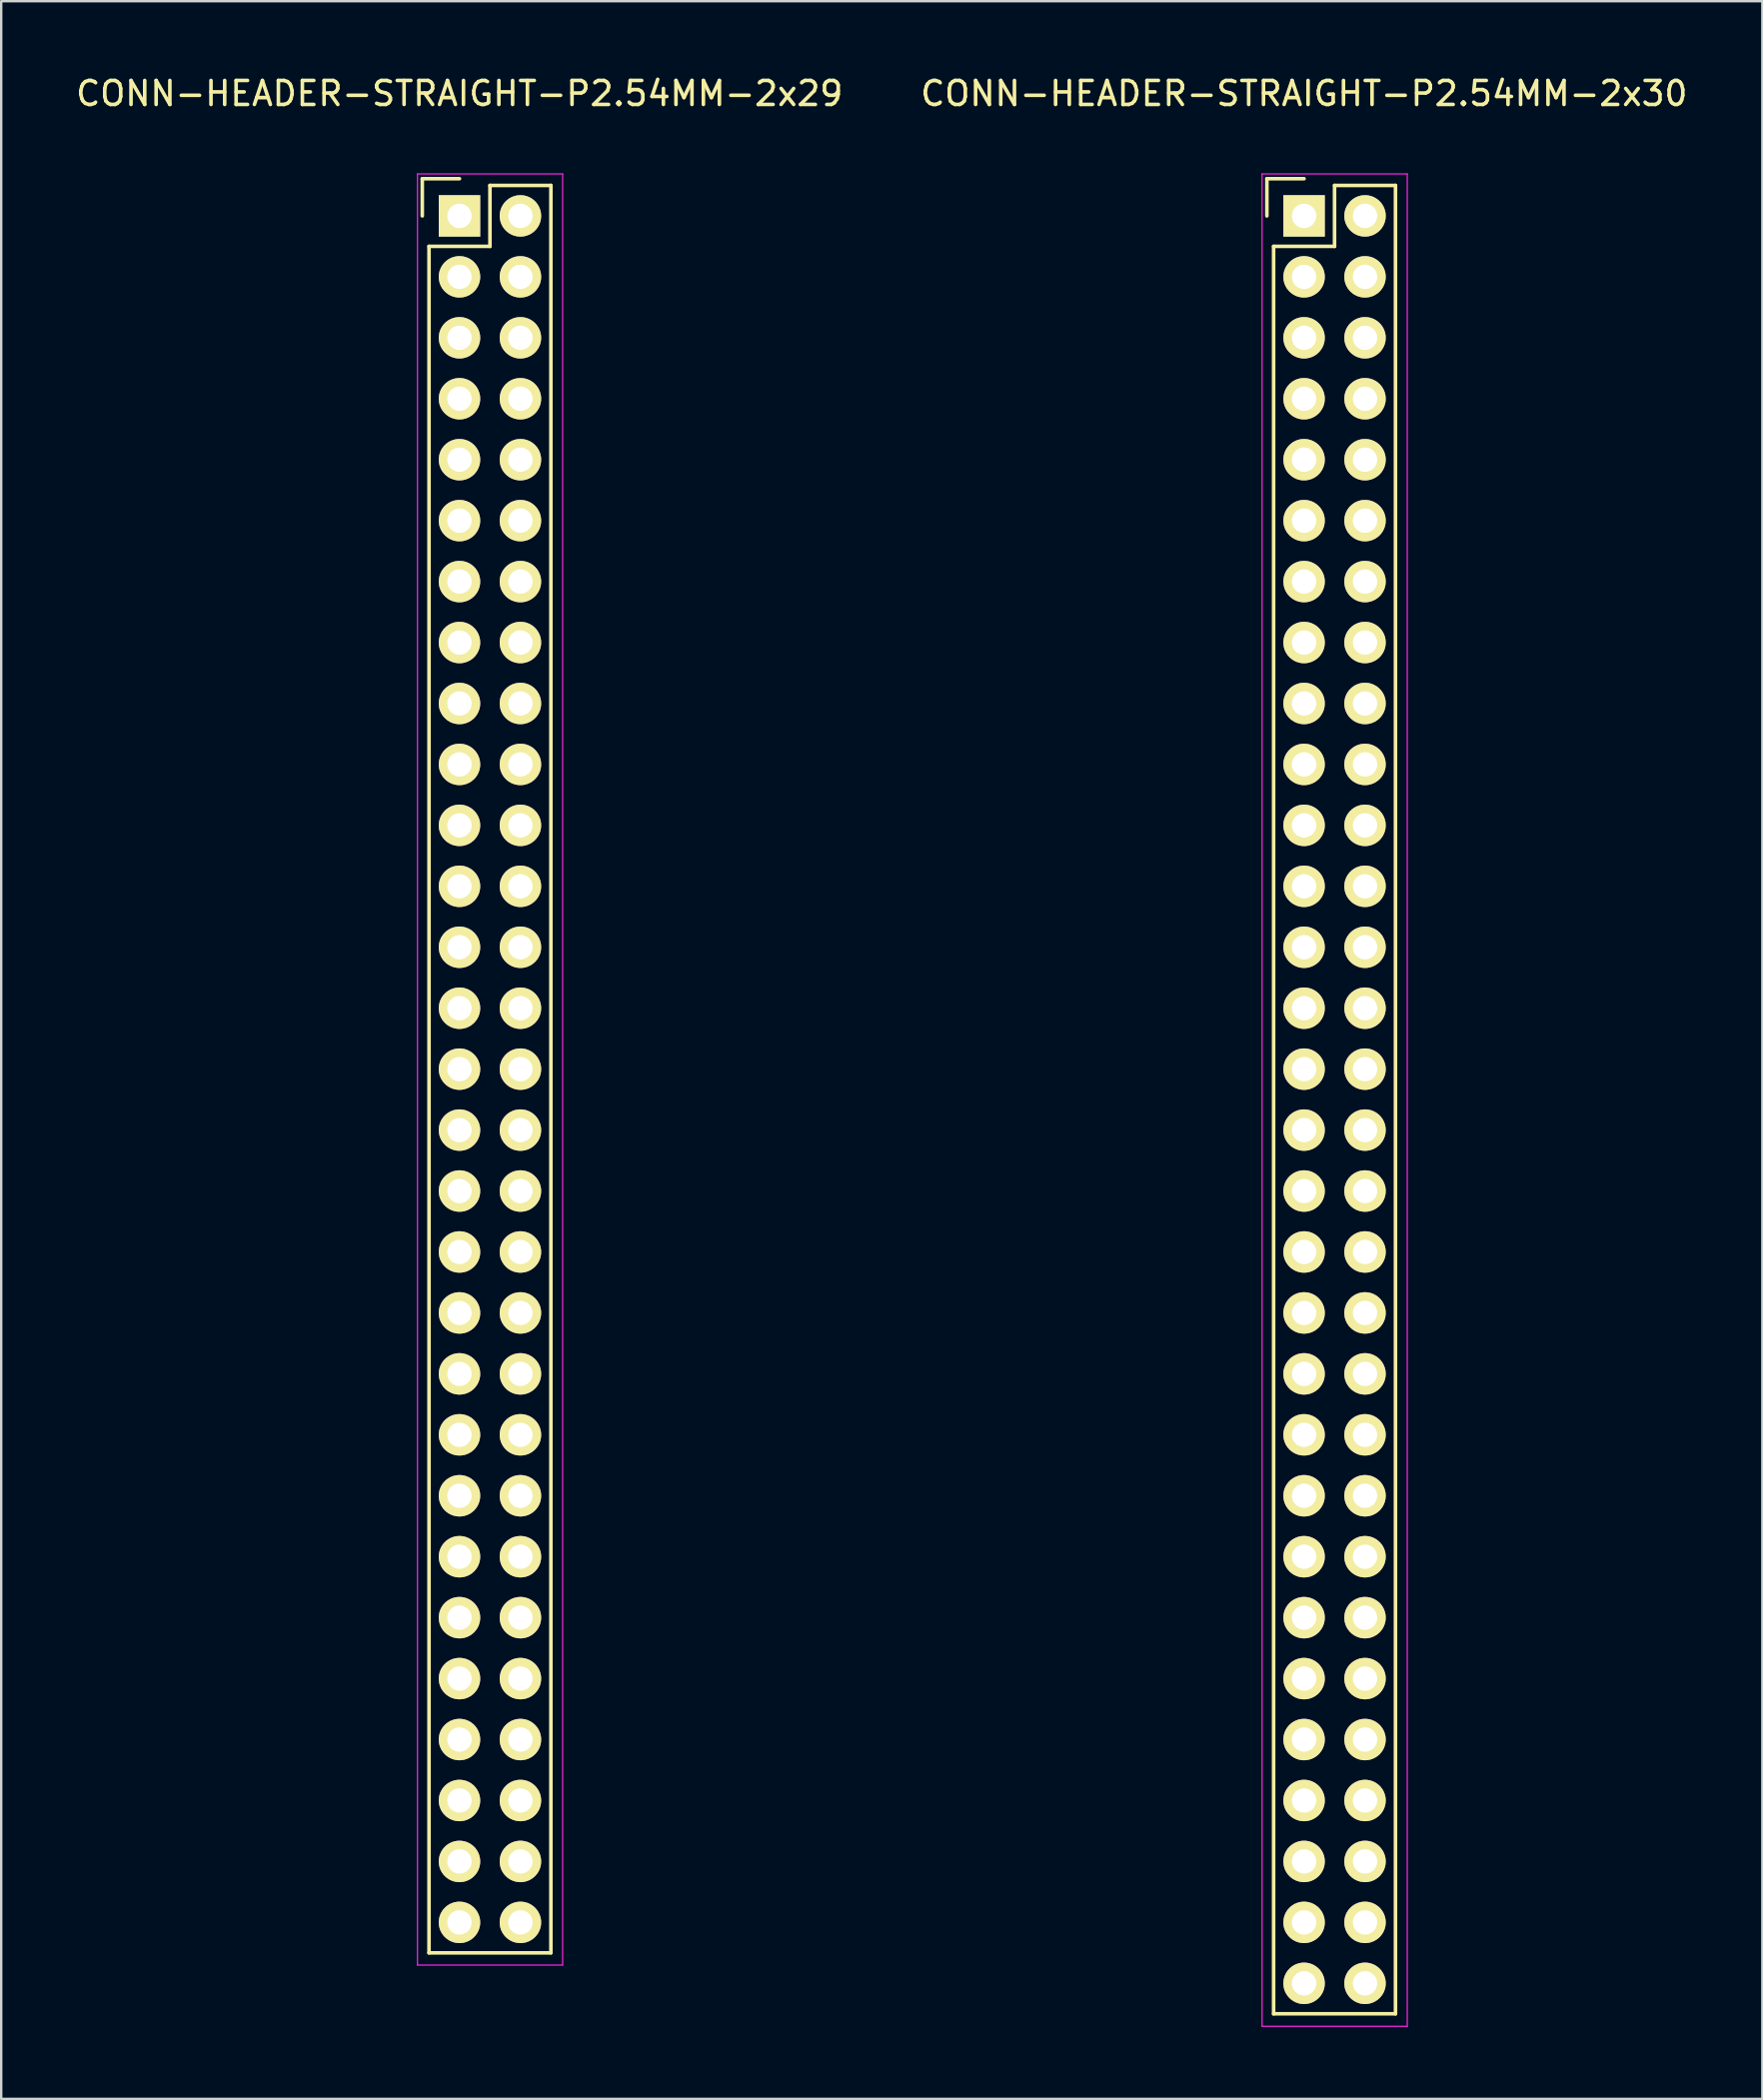
<source format=kicad_pcb>
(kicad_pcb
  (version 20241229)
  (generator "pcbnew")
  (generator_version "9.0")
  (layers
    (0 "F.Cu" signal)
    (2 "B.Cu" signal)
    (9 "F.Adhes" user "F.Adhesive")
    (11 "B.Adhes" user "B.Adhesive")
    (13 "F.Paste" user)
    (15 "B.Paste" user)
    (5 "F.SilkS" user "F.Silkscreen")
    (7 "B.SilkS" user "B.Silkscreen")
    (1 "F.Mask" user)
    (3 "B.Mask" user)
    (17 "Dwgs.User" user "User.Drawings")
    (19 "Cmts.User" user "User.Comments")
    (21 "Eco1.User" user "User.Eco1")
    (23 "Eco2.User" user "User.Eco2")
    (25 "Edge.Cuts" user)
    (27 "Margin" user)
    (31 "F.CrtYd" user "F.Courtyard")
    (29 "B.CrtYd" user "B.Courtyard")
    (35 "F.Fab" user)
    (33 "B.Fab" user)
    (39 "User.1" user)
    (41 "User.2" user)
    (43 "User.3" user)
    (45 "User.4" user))
  (footprint "CONN-HEADER-STRAIGHT-P2.54MM-2x29"
    (layer "F.Cu")
    (at 16.101 5.948)
    (property "Reference" "CONN-HEADER-STRAIGHT-P2.54MM-2x29" (at 0 -5.1 0) (layer "F.SilkS") (effects (font (size 1 1) (thickness 0.15))))
    (attr through_hole)
    (fp_line (start -1.55 -1.55) (end -1.55 0) (stroke (width 0.15) (type solid)) (layer "F.SilkS"))
    (fp_line (start -1.27 1.27) (end -1.27 72.39) (stroke (width 0.15) (type solid)) (layer "F.SilkS"))
    (fp_line (start 0 -1.55) (end -1.55 -1.55) (stroke (width 0.15) (type solid)) (layer "F.SilkS"))
    (fp_line (start 1.27 -1.27) (end 1.27 1.27) (stroke (width 0.15) (type solid)) (layer "F.SilkS"))
    (fp_line (start 1.27 1.27) (end -1.27 1.27) (stroke (width 0.15) (type solid)) (layer "F.SilkS"))
    (fp_line (start 3.81 -1.27) (end 1.27 -1.27) (stroke (width 0.15) (type solid)) (layer "F.SilkS"))
    (fp_line (start 3.81 72.39) (end -1.27 72.39) (stroke (width 0.15) (type solid)) (layer "F.SilkS"))
    (fp_line (start 3.81 72.39) (end 3.81 -1.27) (stroke (width 0.15) (type solid)) (layer "F.SilkS"))
    (fp_line (start -1.75 -1.75) (end -1.75 72.9) (stroke (width 0.05) (type solid)) (layer "F.CrtYd"))
    (fp_line (start -1.75 -1.75) (end 4.3 -1.75) (stroke (width 0.05) (type solid)) (layer "F.CrtYd"))
    (fp_line (start -1.75 72.9) (end 4.3 72.9) (stroke (width 0.05) (type solid)) (layer "F.CrtYd"))
    (fp_line (start 4.3 -1.75) (end 4.3 72.9) (stroke (width 0.05) (type solid)) (layer "F.CrtYd"))
    (pad "1" thru_hole rect (at 0 0) (size 1.727 1.727) (drill 1.016) (layers "*.Cu" "*.Mask" "F.SilkS"))
    (pad "2" thru_hole oval (at 2.54 0) (size 1.727 1.727) (drill 1.016) (layers "*.Cu" "*.Mask" "F.SilkS"))
    (pad "3" thru_hole oval (at 0 2.54) (size 1.727 1.727) (drill 1.016) (layers "*.Cu" "*.Mask" "F.SilkS"))
    (pad "4" thru_hole oval (at 2.54 2.54) (size 1.727 1.727) (drill 1.016) (layers "*.Cu" "*.Mask" "F.SilkS"))
    (pad "5" thru_hole oval (at 0 5.08) (size 1.727 1.727) (drill 1.016) (layers "*.Cu" "*.Mask" "F.SilkS"))
    (pad "6" thru_hole oval (at 2.54 5.08) (size 1.727 1.727) (drill 1.016) (layers "*.Cu" "*.Mask" "F.SilkS"))
    (pad "7" thru_hole oval (at 0 7.62) (size 1.727 1.727) (drill 1.016) (layers "*.Cu" "*.Mask" "F.SilkS"))
    (pad "8" thru_hole oval (at 2.54 7.62) (size 1.727 1.727) (drill 1.016) (layers "*.Cu" "*.Mask" "F.SilkS"))
    (pad "9" thru_hole oval (at 0 10.16) (size 1.727 1.727) (drill 1.016) (layers "*.Cu" "*.Mask" "F.SilkS"))
    (pad "10" thru_hole oval (at 2.54 10.16) (size 1.727 1.727) (drill 1.016) (layers "*.Cu" "*.Mask" "F.SilkS"))
    (pad "11" thru_hole oval (at 0 12.7) (size 1.727 1.727) (drill 1.016) (layers "*.Cu" "*.Mask" "F.SilkS"))
    (pad "12" thru_hole oval (at 2.54 12.7) (size 1.727 1.727) (drill 1.016) (layers "*.Cu" "*.Mask" "F.SilkS"))
    (pad "13" thru_hole oval (at 0 15.24) (size 1.727 1.727) (drill 1.016) (layers "*.Cu" "*.Mask" "F.SilkS"))
    (pad "14" thru_hole oval (at 2.54 15.24) (size 1.727 1.727) (drill 1.016) (layers "*.Cu" "*.Mask" "F.SilkS"))
    (pad "15" thru_hole oval (at 0 17.78) (size 1.727 1.727) (drill 1.016) (layers "*.Cu" "*.Mask" "F.SilkS"))
    (pad "16" thru_hole oval (at 2.54 17.78) (size 1.727 1.727) (drill 1.016) (layers "*.Cu" "*.Mask" "F.SilkS"))
    (pad "17" thru_hole oval (at 0 20.32) (size 1.727 1.727) (drill 1.016) (layers "*.Cu" "*.Mask" "F.SilkS"))
    (pad "18" thru_hole oval (at 2.54 20.32) (size 1.727 1.727) (drill 1.016) (layers "*.Cu" "*.Mask" "F.SilkS"))
    (pad "19" thru_hole oval (at 0 22.86) (size 1.727 1.727) (drill 1.016) (layers "*.Cu" "*.Mask" "F.SilkS"))
    (pad "20" thru_hole oval (at 2.54 22.86) (size 1.727 1.727) (drill 1.016) (layers "*.Cu" "*.Mask" "F.SilkS"))
    (pad "21" thru_hole oval (at 0 25.4) (size 1.727 1.727) (drill 1.016) (layers "*.Cu" "*.Mask" "F.SilkS"))
    (pad "22" thru_hole oval (at 2.54 25.4) (size 1.727 1.727) (drill 1.016) (layers "*.Cu" "*.Mask" "F.SilkS"))
    (pad "23" thru_hole oval (at 0 27.94) (size 1.727 1.727) (drill 1.016) (layers "*.Cu" "*.Mask" "F.SilkS"))
    (pad "24" thru_hole oval (at 2.54 27.94) (size 1.727 1.727) (drill 1.016) (layers "*.Cu" "*.Mask" "F.SilkS"))
    (pad "25" thru_hole oval (at 0 30.48) (size 1.727 1.727) (drill 1.016) (layers "*.Cu" "*.Mask" "F.SilkS"))
    (pad "26" thru_hole oval (at 2.54 30.48) (size 1.727 1.727) (drill 1.016) (layers "*.Cu" "*.Mask" "F.SilkS"))
    (pad "27" thru_hole oval (at 0 33.02) (size 1.727 1.727) (drill 1.016) (layers "*.Cu" "*.Mask" "F.SilkS"))
    (pad "28" thru_hole oval (at 2.54 33.02) (size 1.727 1.727) (drill 1.016) (layers "*.Cu" "*.Mask" "F.SilkS"))
    (pad "29" thru_hole oval (at 0 35.56) (size 1.727 1.727) (drill 1.016) (layers "*.Cu" "*.Mask" "F.SilkS"))
    (pad "30" thru_hole oval (at 2.54 35.56) (size 1.727 1.727) (drill 1.016) (layers "*.Cu" "*.Mask" "F.SilkS"))
    (pad "31" thru_hole oval (at 0 38.1) (size 1.727 1.727) (drill 1.016) (layers "*.Cu" "*.Mask" "F.SilkS"))
    (pad "32" thru_hole oval (at 2.54 38.1) (size 1.727 1.727) (drill 1.016) (layers "*.Cu" "*.Mask" "F.SilkS"))
    (pad "33" thru_hole oval (at 0 40.64) (size 1.727 1.727) (drill 1.016) (layers "*.Cu" "*.Mask" "F.SilkS"))
    (pad "34" thru_hole oval (at 2.54 40.64) (size 1.727 1.727) (drill 1.016) (layers "*.Cu" "*.Mask" "F.SilkS"))
    (pad "35" thru_hole oval (at 0 43.18) (size 1.727 1.727) (drill 1.016) (layers "*.Cu" "*.Mask" "F.SilkS"))
    (pad "36" thru_hole oval (at 2.54 43.18) (size 1.727 1.727) (drill 1.016) (layers "*.Cu" "*.Mask" "F.SilkS"))
    (pad "37" thru_hole oval (at 0 45.72) (size 1.727 1.727) (drill 1.016) (layers "*.Cu" "*.Mask" "F.SilkS"))
    (pad "38" thru_hole oval (at 2.54 45.72) (size 1.727 1.727) (drill 1.016) (layers "*.Cu" "*.Mask" "F.SilkS"))
    (pad "39" thru_hole oval (at 0 48.26) (size 1.727 1.727) (drill 1.016) (layers "*.Cu" "*.Mask" "F.SilkS"))
    (pad "40" thru_hole oval (at 2.54 48.26) (size 1.727 1.727) (drill 1.016) (layers "*.Cu" "*.Mask" "F.SilkS"))
    (pad "41" thru_hole oval (at 0 50.8) (size 1.727 1.727) (drill 1.016) (layers "*.Cu" "*.Mask" "F.SilkS"))
    (pad "42" thru_hole oval (at 2.54 50.8) (size 1.727 1.727) (drill 1.016) (layers "*.Cu" "*.Mask" "F.SilkS"))
    (pad "43" thru_hole oval (at 0 53.34) (size 1.727 1.727) (drill 1.016) (layers "*.Cu" "*.Mask" "F.SilkS"))
    (pad "44" thru_hole oval (at 2.54 53.34) (size 1.727 1.727) (drill 1.016) (layers "*.Cu" "*.Mask" "F.SilkS"))
    (pad "45" thru_hole oval (at 0 55.88) (size 1.727 1.727) (drill 1.016) (layers "*.Cu" "*.Mask" "F.SilkS"))
    (pad "46" thru_hole oval (at 2.54 55.88) (size 1.727 1.727) (drill 1.016) (layers "*.Cu" "*.Mask" "F.SilkS"))
    (pad "47" thru_hole oval (at 0 58.42) (size 1.727 1.727) (drill 1.016) (layers "*.Cu" "*.Mask" "F.SilkS"))
    (pad "48" thru_hole oval (at 2.54 58.42) (size 1.727 1.727) (drill 1.016) (layers "*.Cu" "*.Mask" "F.SilkS"))
    (pad "49" thru_hole oval (at 0 60.96) (size 1.727 1.727) (drill 1.016) (layers "*.Cu" "*.Mask" "F.SilkS"))
    (pad "50" thru_hole oval (at 2.54 60.96) (size 1.727 1.727) (drill 1.016) (layers "*.Cu" "*.Mask" "F.SilkS"))
    (pad "51" thru_hole oval (at 0 63.5) (size 1.727 1.727) (drill 1.016) (layers "*.Cu" "*.Mask" "F.SilkS"))
    (pad "52" thru_hole oval (at 2.54 63.5) (size 1.727 1.727) (drill 1.016) (layers "*.Cu" "*.Mask" "F.SilkS"))
    (pad "53" thru_hole oval (at 0 66.04) (size 1.727 1.727) (drill 1.016) (layers "*.Cu" "*.Mask" "F.SilkS"))
    (pad "54" thru_hole oval (at 2.54 66.04) (size 1.727 1.727) (drill 1.016) (layers "*.Cu" "*.Mask" "F.SilkS"))
    (pad "55" thru_hole oval (at 0 68.58) (size 1.727 1.727) (drill 1.016) (layers "*.Cu" "*.Mask" "F.SilkS"))
    (pad "56" thru_hole oval (at 2.54 68.58) (size 1.727 1.727) (drill 1.016) (layers "*.Cu" "*.Mask" "F.SilkS"))
    (pad "57" thru_hole oval (at 0 71.12) (size 1.727 1.727) (drill 1.016) (layers "*.Cu" "*.Mask" "F.SilkS"))
    (pad "58" thru_hole oval (at 2.54 71.12) (size 1.727 1.727) (drill 1.016) (layers "*.Cu" "*.Mask" "F.SilkS")))
  (footprint "CONN-HEADER-STRAIGHT-P2.54MM-2x30"
    (layer "F.Cu")
    (at 51.304 5.948)
    (property "Reference" "CONN-HEADER-STRAIGHT-P2.54MM-2x30" (at 0 -5.1 0) (layer "F.SilkS") (effects (font (size 1 1) (thickness 0.15))))
    (attr through_hole)
    (fp_line (start -1.55 -1.55) (end -1.55 0) (stroke (width 0.15) (type solid)) (layer "F.SilkS"))
    (fp_line (start -1.27 74.93) (end -1.27 1.27) (stroke (width 0.15) (type solid)) (layer "F.SilkS"))
    (fp_line (start 0 -1.55) (end -1.55 -1.55) (stroke (width 0.15) (type solid)) (layer "F.SilkS"))
    (fp_line (start 1.27 -1.27) (end 1.27 1.27) (stroke (width 0.15) (type solid)) (layer "F.SilkS"))
    (fp_line (start 1.27 1.27) (end -1.27 1.27) (stroke (width 0.15) (type solid)) (layer "F.SilkS"))
    (fp_line (start 3.81 -1.27) (end 1.27 -1.27) (stroke (width 0.15) (type solid)) (layer "F.SilkS"))
    (fp_line (start 3.81 -1.27) (end 3.81 74.93) (stroke (width 0.15) (type solid)) (layer "F.SilkS"))
    (fp_line (start 3.81 74.93) (end -1.27 74.93) (stroke (width 0.15) (type solid)) (layer "F.SilkS"))
    (fp_line (start -1.75 -1.75) (end -1.75 75.45) (stroke (width 0.05) (type solid)) (layer "F.CrtYd"))
    (fp_line (start -1.75 -1.75) (end 4.3 -1.75) (stroke (width 0.05) (type solid)) (layer "F.CrtYd"))
    (fp_line (start -1.75 75.45) (end 4.3 75.45) (stroke (width 0.05) (type solid)) (layer "F.CrtYd"))
    (fp_line (start 4.3 -1.75) (end 4.3 75.45) (stroke (width 0.05) (type solid)) (layer "F.CrtYd"))
    (pad "1" thru_hole rect (at 0 0) (size 1.727 1.727) (drill 1.016) (layers "*.Cu" "*.Mask" "F.SilkS"))
    (pad "2" thru_hole oval (at 2.54 0) (size 1.727 1.727) (drill 1.016) (layers "*.Cu" "*.Mask" "F.SilkS"))
    (pad "3" thru_hole oval (at 0 2.54) (size 1.727 1.727) (drill 1.016) (layers "*.Cu" "*.Mask" "F.SilkS"))
    (pad "4" thru_hole oval (at 2.54 2.54) (size 1.727 1.727) (drill 1.016) (layers "*.Cu" "*.Mask" "F.SilkS"))
    (pad "5" thru_hole oval (at 0 5.08) (size 1.727 1.727) (drill 1.016) (layers "*.Cu" "*.Mask" "F.SilkS"))
    (pad "6" thru_hole oval (at 2.54 5.08) (size 1.727 1.727) (drill 1.016) (layers "*.Cu" "*.Mask" "F.SilkS"))
    (pad "7" thru_hole oval (at 0 7.62) (size 1.727 1.727) (drill 1.016) (layers "*.Cu" "*.Mask" "F.SilkS"))
    (pad "8" thru_hole oval (at 2.54 7.62) (size 1.727 1.727) (drill 1.016) (layers "*.Cu" "*.Mask" "F.SilkS"))
    (pad "9" thru_hole oval (at 0 10.16) (size 1.727 1.727) (drill 1.016) (layers "*.Cu" "*.Mask" "F.SilkS"))
    (pad "10" thru_hole oval (at 2.54 10.16) (size 1.727 1.727) (drill 1.016) (layers "*.Cu" "*.Mask" "F.SilkS"))
    (pad "11" thru_hole oval (at 0 12.7) (size 1.727 1.727) (drill 1.016) (layers "*.Cu" "*.Mask" "F.SilkS"))
    (pad "12" thru_hole oval (at 2.54 12.7) (size 1.727 1.727) (drill 1.016) (layers "*.Cu" "*.Mask" "F.SilkS"))
    (pad "13" thru_hole oval (at 0 15.24) (size 1.727 1.727) (drill 1.016) (layers "*.Cu" "*.Mask" "F.SilkS"))
    (pad "14" thru_hole oval (at 2.54 15.24) (size 1.727 1.727) (drill 1.016) (layers "*.Cu" "*.Mask" "F.SilkS"))
    (pad "15" thru_hole oval (at 0 17.78) (size 1.727 1.727) (drill 1.016) (layers "*.Cu" "*.Mask" "F.SilkS"))
    (pad "16" thru_hole oval (at 2.54 17.78) (size 1.727 1.727) (drill 1.016) (layers "*.Cu" "*.Mask" "F.SilkS"))
    (pad "17" thru_hole oval (at 0 20.32) (size 1.727 1.727) (drill 1.016) (layers "*.Cu" "*.Mask" "F.SilkS"))
    (pad "18" thru_hole oval (at 2.54 20.32) (size 1.727 1.727) (drill 1.016) (layers "*.Cu" "*.Mask" "F.SilkS"))
    (pad "19" thru_hole oval (at 0 22.86) (size 1.727 1.727) (drill 1.016) (layers "*.Cu" "*.Mask" "F.SilkS"))
    (pad "20" thru_hole oval (at 2.54 22.86) (size 1.727 1.727) (drill 1.016) (layers "*.Cu" "*.Mask" "F.SilkS"))
    (pad "21" thru_hole oval (at 0 25.4) (size 1.727 1.727) (drill 1.016) (layers "*.Cu" "*.Mask" "F.SilkS"))
    (pad "22" thru_hole oval (at 2.54 25.4) (size 1.727 1.727) (drill 1.016) (layers "*.Cu" "*.Mask" "F.SilkS"))
    (pad "23" thru_hole oval (at 0 27.94) (size 1.727 1.727) (drill 1.016) (layers "*.Cu" "*.Mask" "F.SilkS"))
    (pad "24" thru_hole oval (at 2.54 27.94) (size 1.727 1.727) (drill 1.016) (layers "*.Cu" "*.Mask" "F.SilkS"))
    (pad "25" thru_hole oval (at 0 30.48) (size 1.727 1.727) (drill 1.016) (layers "*.Cu" "*.Mask" "F.SilkS"))
    (pad "26" thru_hole oval (at 2.54 30.48) (size 1.727 1.727) (drill 1.016) (layers "*.Cu" "*.Mask" "F.SilkS"))
    (pad "27" thru_hole oval (at 0 33.02) (size 1.727 1.727) (drill 1.016) (layers "*.Cu" "*.Mask" "F.SilkS"))
    (pad "28" thru_hole oval (at 2.54 33.02) (size 1.727 1.727) (drill 1.016) (layers "*.Cu" "*.Mask" "F.SilkS"))
    (pad "29" thru_hole oval (at 0 35.56) (size 1.727 1.727) (drill 1.016) (layers "*.Cu" "*.Mask" "F.SilkS"))
    (pad "30" thru_hole oval (at 2.54 35.56) (size 1.727 1.727) (drill 1.016) (layers "*.Cu" "*.Mask" "F.SilkS"))
    (pad "31" thru_hole oval (at 0 38.1) (size 1.727 1.727) (drill 1.016) (layers "*.Cu" "*.Mask" "F.SilkS"))
    (pad "32" thru_hole oval (at 2.54 38.1) (size 1.727 1.727) (drill 1.016) (layers "*.Cu" "*.Mask" "F.SilkS"))
    (pad "33" thru_hole oval (at 0 40.64) (size 1.727 1.727) (drill 1.016) (layers "*.Cu" "*.Mask" "F.SilkS"))
    (pad "34" thru_hole oval (at 2.54 40.64) (size 1.727 1.727) (drill 1.016) (layers "*.Cu" "*.Mask" "F.SilkS"))
    (pad "35" thru_hole oval (at 0 43.18) (size 1.727 1.727) (drill 1.016) (layers "*.Cu" "*.Mask" "F.SilkS"))
    (pad "36" thru_hole oval (at 2.54 43.18) (size 1.727 1.727) (drill 1.016) (layers "*.Cu" "*.Mask" "F.SilkS"))
    (pad "37" thru_hole oval (at 0 45.72) (size 1.727 1.727) (drill 1.016) (layers "*.Cu" "*.Mask" "F.SilkS"))
    (pad "38" thru_hole oval (at 2.54 45.72) (size 1.727 1.727) (drill 1.016) (layers "*.Cu" "*.Mask" "F.SilkS"))
    (pad "39" thru_hole oval (at 0 48.26) (size 1.727 1.727) (drill 1.016) (layers "*.Cu" "*.Mask" "F.SilkS"))
    (pad "40" thru_hole oval (at 2.54 48.26) (size 1.727 1.727) (drill 1.016) (layers "*.Cu" "*.Mask" "F.SilkS"))
    (pad "41" thru_hole oval (at 0 50.8) (size 1.727 1.727) (drill 1.016) (layers "*.Cu" "*.Mask" "F.SilkS"))
    (pad "42" thru_hole oval (at 2.54 50.8) (size 1.727 1.727) (drill 1.016) (layers "*.Cu" "*.Mask" "F.SilkS"))
    (pad "43" thru_hole oval (at 0 53.34) (size 1.727 1.727) (drill 1.016) (layers "*.Cu" "*.Mask" "F.SilkS"))
    (pad "44" thru_hole oval (at 2.54 53.34) (size 1.727 1.727) (drill 1.016) (layers "*.Cu" "*.Mask" "F.SilkS"))
    (pad "45" thru_hole oval (at 0 55.88) (size 1.727 1.727) (drill 1.016) (layers "*.Cu" "*.Mask" "F.SilkS"))
    (pad "46" thru_hole oval (at 2.54 55.88) (size 1.727 1.727) (drill 1.016) (layers "*.Cu" "*.Mask" "F.SilkS"))
    (pad "47" thru_hole oval (at 0 58.42) (size 1.727 1.727) (drill 1.016) (layers "*.Cu" "*.Mask" "F.SilkS"))
    (pad "48" thru_hole oval (at 2.54 58.42) (size 1.727 1.727) (drill 1.016) (layers "*.Cu" "*.Mask" "F.SilkS"))
    (pad "49" thru_hole oval (at 0 60.96) (size 1.727 1.727) (drill 1.016) (layers "*.Cu" "*.Mask" "F.SilkS"))
    (pad "50" thru_hole oval (at 2.54 60.96) (size 1.727 1.727) (drill 1.016) (layers "*.Cu" "*.Mask" "F.SilkS"))
    (pad "51" thru_hole oval (at 0 63.5) (size 1.727 1.727) (drill 1.016) (layers "*.Cu" "*.Mask" "F.SilkS"))
    (pad "52" thru_hole oval (at 2.54 63.5) (size 1.727 1.727) (drill 1.016) (layers "*.Cu" "*.Mask" "F.SilkS"))
    (pad "53" thru_hole oval (at 0 66.04) (size 1.727 1.727) (drill 1.016) (layers "*.Cu" "*.Mask" "F.SilkS"))
    (pad "54" thru_hole oval (at 2.54 66.04) (size 1.727 1.727) (drill 1.016) (layers "*.Cu" "*.Mask" "F.SilkS"))
    (pad "55" thru_hole oval (at 0 68.58) (size 1.727 1.727) (drill 1.016) (layers "*.Cu" "*.Mask" "F.SilkS"))
    (pad "56" thru_hole oval (at 2.54 68.58) (size 1.727 1.727) (drill 1.016) (layers "*.Cu" "*.Mask" "F.SilkS"))
    (pad "57" thru_hole oval (at 0 71.12) (size 1.727 1.727) (drill 1.016) (layers "*.Cu" "*.Mask" "F.SilkS"))
    (pad "58" thru_hole oval (at 2.54 71.12) (size 1.727 1.727) (drill 1.016) (layers "*.Cu" "*.Mask" "F.SilkS"))
    (pad "59" thru_hole oval (at 0 73.66) (size 1.727 1.727) (drill 1.016) (layers "*.Cu" "*.Mask" "F.SilkS"))
    (pad "60" thru_hole oval (at 2.54 73.66) (size 1.727 1.727) (drill 1.016) (layers "*.Cu" "*.Mask" "F.SilkS")))
  (gr_rect
    (start -3 -3)
    (end 70.405 84.423)
    (stroke (width 0.1) (type default))
    (fill no)
    (layer "Edge.Cuts")))
</source>
